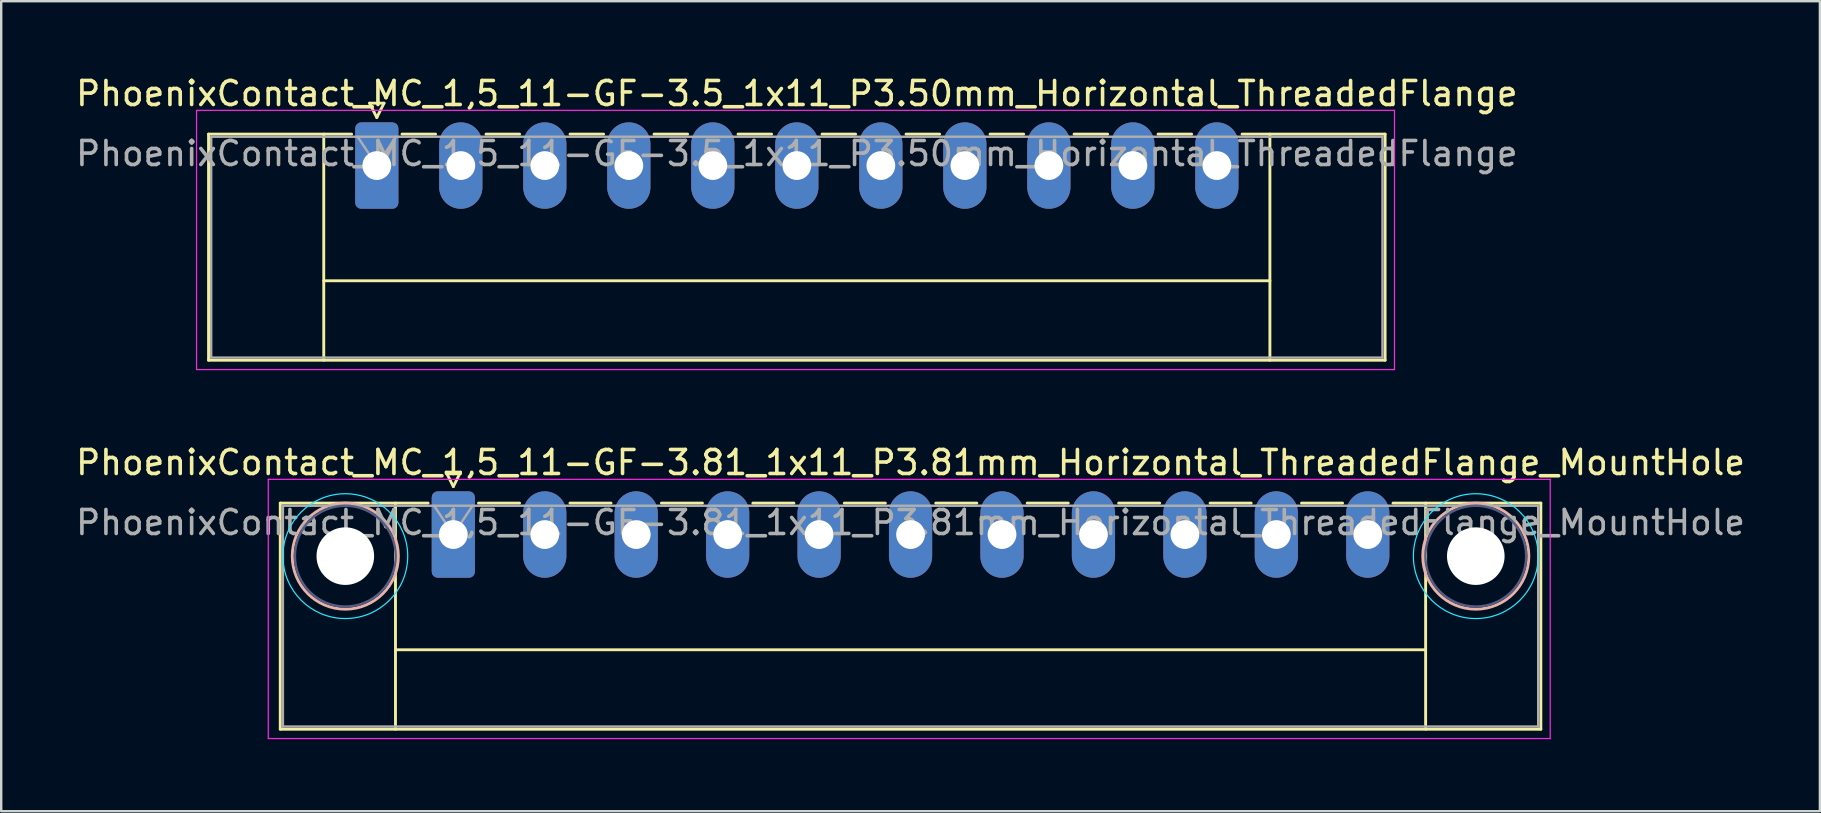
<source format=kicad_pcb>
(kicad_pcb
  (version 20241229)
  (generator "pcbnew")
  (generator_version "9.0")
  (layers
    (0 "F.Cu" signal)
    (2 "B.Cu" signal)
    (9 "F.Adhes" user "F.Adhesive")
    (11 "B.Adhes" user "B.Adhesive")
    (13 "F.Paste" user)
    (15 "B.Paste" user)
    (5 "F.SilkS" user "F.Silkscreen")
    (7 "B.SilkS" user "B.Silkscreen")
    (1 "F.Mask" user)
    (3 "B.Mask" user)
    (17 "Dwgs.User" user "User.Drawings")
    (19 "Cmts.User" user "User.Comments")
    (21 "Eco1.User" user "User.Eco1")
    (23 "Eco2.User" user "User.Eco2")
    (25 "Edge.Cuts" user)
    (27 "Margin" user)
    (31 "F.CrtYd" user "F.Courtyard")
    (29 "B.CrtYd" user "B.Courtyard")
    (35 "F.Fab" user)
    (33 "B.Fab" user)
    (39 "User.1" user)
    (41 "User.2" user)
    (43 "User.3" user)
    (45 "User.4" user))
  (footprint "PhoenixContact_MC_1,5_11-GF-3.5_1x11_P3.50mm_Horizontal_ThreadedFlange"
    (layer "F.Cu")
    (at 12.649 3.848)
    (property "Reference" "PhoenixContact_MC_1,5_11-GF-3.5_1x11_P3.50mm_Horizontal_ThreadedFlange" (at 17.5 -3 0) (layer "F.SilkS") (effects (font (size 1 1) (thickness 0.15))))
    (attr through_hole)
    (fp_line (start -7.01 -1.31) (end -7.01 8.11) (stroke (width 0.12) (type solid)) (layer "F.SilkS"))
    (fp_line (start -7.01 -1.31) (end -1.05 -1.31) (stroke (width 0.12) (type solid)) (layer "F.SilkS"))
    (fp_line (start -7.01 8.11) (end 42.01 8.11) (stroke (width 0.12) (type solid)) (layer "F.SilkS"))
    (fp_line (start -2.21 -1.31) (end -2.21 8.11) (stroke (width 0.12) (type solid)) (layer "F.SilkS"))
    (fp_line (start -2.21 4.8) (end 37.21 4.8) (stroke (width 0.12) (type solid)) (layer "F.SilkS"))
    (fp_line (start -0.3 -2.6) (end 0.3 -2.6) (stroke (width 0.12) (type solid)) (layer "F.SilkS"))
    (fp_line (start 0 -2) (end -0.3 -2.6) (stroke (width 0.12) (type solid)) (layer "F.SilkS"))
    (fp_line (start 0.3 -2.6) (end 0 -2) (stroke (width 0.12) (type solid)) (layer "F.SilkS"))
    (fp_line (start 1.05 -1.31) (end 2.45 -1.31) (stroke (width 0.12) (type solid)) (layer "F.SilkS"))
    (fp_line (start 4.55 -1.31) (end 5.95 -1.31) (stroke (width 0.12) (type solid)) (layer "F.SilkS"))
    (fp_line (start 8.05 -1.31) (end 9.45 -1.31) (stroke (width 0.12) (type solid)) (layer "F.SilkS"))
    (fp_line (start 11.55 -1.31) (end 12.95 -1.31) (stroke (width 0.12) (type solid)) (layer "F.SilkS"))
    (fp_line (start 15.05 -1.31) (end 16.45 -1.31) (stroke (width 0.12) (type solid)) (layer "F.SilkS"))
    (fp_line (start 18.55 -1.31) (end 19.95 -1.31) (stroke (width 0.12) (type solid)) (layer "F.SilkS"))
    (fp_line (start 22.05 -1.31) (end 23.45 -1.31) (stroke (width 0.12) (type solid)) (layer "F.SilkS"))
    (fp_line (start 25.55 -1.31) (end 26.95 -1.31) (stroke (width 0.12) (type solid)) (layer "F.SilkS"))
    (fp_line (start 29.05 -1.31) (end 30.45 -1.31) (stroke (width 0.12) (type solid)) (layer "F.SilkS"))
    (fp_line (start 32.55 -1.31) (end 33.95 -1.31) (stroke (width 0.12) (type solid)) (layer "F.SilkS"))
    (fp_line (start 37.21 -1.31) (end 37.21 8.11) (stroke (width 0.12) (type solid)) (layer "F.SilkS"))
    (fp_line (start 42.01 -1.31) (end 36.05 -1.31) (stroke (width 0.12) (type solid)) (layer "F.SilkS"))
    (fp_line (start 42.01 8.11) (end 42.01 -1.31) (stroke (width 0.12) (type solid)) (layer "F.SilkS"))
    (fp_line (start -7.51 -2.3) (end -7.51 8.5) (stroke (width 0.05) (type solid)) (layer "F.CrtYd"))
    (fp_line (start -7.51 8.5) (end 42.4 8.5) (stroke (width 0.05) (type solid)) (layer "F.CrtYd"))
    (fp_line (start 42.4 -2.3) (end -7.51 -2.3) (stroke (width 0.05) (type solid)) (layer "F.CrtYd"))
    (fp_line (start 42.4 8.5) (end 42.4 -2.3) (stroke (width 0.05) (type solid)) (layer "F.CrtYd"))
    (fp_line (start -6.9 -1.2) (end -6.9 8) (stroke (width 0.1) (type solid)) (layer "F.Fab"))
    (fp_line (start -6.9 8) (end 41.9 8) (stroke (width 0.1) (type solid)) (layer "F.Fab"))
    (fp_line (start 0 0) (end -0.8 -1.2) (stroke (width 0.1) (type solid)) (layer "F.Fab"))
    (fp_line (start 0.8 -1.2) (end 0 0) (stroke (width 0.1) (type solid)) (layer "F.Fab"))
    (fp_line (start 41.9 -1.2) (end -6.9 -1.2) (stroke (width 0.1) (type solid)) (layer "F.Fab"))
    (fp_line (start 41.9 8) (end 41.9 -1.2) (stroke (width 0.1) (type solid)) (layer "F.Fab"))
    (fp_text user "${REFERENCE}" (at 17.5 -0.5 0) (layer "F.Fab") (effects (font (size 1 1) (thickness 0.15))))
    (pad "1" thru_hole roundrect (at 0 0) (size 1.8 3.6) (drill 1.2) (layers "*.Cu" "*.Mask") (roundrect_rratio 0.139))
    (pad "2" thru_hole oval (at 3.5 0) (size 1.8 3.6) (drill 1.2) (layers "*.Cu" "*.Mask"))
    (pad "3" thru_hole oval (at 7 0) (size 1.8 3.6) (drill 1.2) (layers "*.Cu" "*.Mask"))
    (pad "4" thru_hole oval (at 10.5 0) (size 1.8 3.6) (drill 1.2) (layers "*.Cu" "*.Mask"))
    (pad "5" thru_hole oval (at 14 0) (size 1.8 3.6) (drill 1.2) (layers "*.Cu" "*.Mask"))
    (pad "6" thru_hole oval (at 17.5 0) (size 1.8 3.6) (drill 1.2) (layers "*.Cu" "*.Mask"))
    (pad "7" thru_hole oval (at 21 0) (size 1.8 3.6) (drill 1.2) (layers "*.Cu" "*.Mask"))
    (pad "8" thru_hole oval (at 24.5 0) (size 1.8 3.6) (drill 1.2) (layers "*.Cu" "*.Mask"))
    (pad "9" thru_hole oval (at 28 0) (size 1.8 3.6) (drill 1.2) (layers "*.Cu" "*.Mask"))
    (pad "10" thru_hole oval (at 31.5 0) (size 1.8 3.6) (drill 1.2) (layers "*.Cu" "*.Mask"))
    (pad "11" thru_hole oval (at 35 0) (size 1.8 3.6) (drill 1.2) (layers "*.Cu" "*.Mask")))
  (footprint "PhoenixContact_MC_1,5_11-GF-3.81_1x11_P3.81mm_Horizontal_ThreadedFlange_MountHole"
    (layer "F.Cu")
    (at 15.837 19.221)
    (property "Reference" "PhoenixContact_MC_1,5_11-GF-3.81_1x11_P3.81mm_Horizontal_ThreadedFlange_MountHole" (at 19.05 -3 0) (layer "F.SilkS") (effects (font (size 1 1) (thickness 0.15))))
    (attr through_hole)
    (fp_line (start -7.21 -1.31) (end -7.21 8.11) (stroke (width 0.12) (type solid)) (layer "F.SilkS"))
    (fp_line (start -7.21 -1.31) (end -1.05 -1.31) (stroke (width 0.12) (type solid)) (layer "F.SilkS"))
    (fp_line (start -7.21 8.11) (end 45.31 8.11) (stroke (width 0.12) (type solid)) (layer "F.SilkS"))
    (fp_line (start -2.41 -1.31) (end -2.41 8.11) (stroke (width 0.12) (type solid)) (layer "F.SilkS"))
    (fp_line (start -2.41 4.8) (end 40.51 4.8) (stroke (width 0.12) (type solid)) (layer "F.SilkS"))
    (fp_line (start -0.3 -2.6) (end 0.3 -2.6) (stroke (width 0.12) (type solid)) (layer "F.SilkS"))
    (fp_line (start 0 -2) (end -0.3 -2.6) (stroke (width 0.12) (type solid)) (layer "F.SilkS"))
    (fp_line (start 0.3 -2.6) (end 0 -2) (stroke (width 0.12) (type solid)) (layer "F.SilkS"))
    (fp_line (start 1.05 -1.31) (end 2.76 -1.31) (stroke (width 0.12) (type solid)) (layer "F.SilkS"))
    (fp_line (start 4.86 -1.31) (end 6.57 -1.31) (stroke (width 0.12) (type solid)) (layer "F.SilkS"))
    (fp_line (start 8.67 -1.31) (end 10.38 -1.31) (stroke (width 0.12) (type solid)) (layer "F.SilkS"))
    (fp_line (start 12.48 -1.31) (end 14.19 -1.31) (stroke (width 0.12) (type solid)) (layer "F.SilkS"))
    (fp_line (start 16.29 -1.31) (end 18 -1.31) (stroke (width 0.12) (type solid)) (layer "F.SilkS"))
    (fp_line (start 20.1 -1.31) (end 21.81 -1.31) (stroke (width 0.12) (type solid)) (layer "F.SilkS"))
    (fp_line (start 23.91 -1.31) (end 25.62 -1.31) (stroke (width 0.12) (type solid)) (layer "F.SilkS"))
    (fp_line (start 27.72 -1.31) (end 29.43 -1.31) (stroke (width 0.12) (type solid)) (layer "F.SilkS"))
    (fp_line (start 31.53 -1.31) (end 33.24 -1.31) (stroke (width 0.12) (type solid)) (layer "F.SilkS"))
    (fp_line (start 35.34 -1.31) (end 37.05 -1.31) (stroke (width 0.12) (type solid)) (layer "F.SilkS"))
    (fp_line (start 40.51 -1.31) (end 40.51 8.11) (stroke (width 0.12) (type solid)) (layer "F.SilkS"))
    (fp_line (start 45.31 -1.31) (end 39.15 -1.31) (stroke (width 0.12) (type solid)) (layer "F.SilkS"))
    (fp_line (start 45.31 8.11) (end 45.31 -1.31) (stroke (width 0.12) (type solid)) (layer "F.SilkS"))
    (fp_circle (center -4.5 0.9) (end -2.29 0.9) (stroke (width 0.12) (type solid)) (fill no) (layer "B.SilkS"))
    (fp_circle (center 42.6 0.9) (end 44.81 0.9) (stroke (width 0.12) (type solid)) (fill no) (layer "B.SilkS"))
    (fp_circle (center -4.5 0.9) (end -1.9 0.9) (stroke (width 0.05) (type solid)) (fill no) (layer "B.CrtYd"))
    (fp_circle (center 42.6 0.9) (end 45.2 0.9) (stroke (width 0.05) (type solid)) (fill no) (layer "B.CrtYd"))
    (fp_line (start -7.71 -2.3) (end -7.71 8.5) (stroke (width 0.05) (type solid)) (layer "F.CrtYd"))
    (fp_line (start -7.71 8.5) (end 45.7 8.5) (stroke (width 0.05) (type solid)) (layer "F.CrtYd"))
    (fp_line (start 45.7 -2.3) (end -7.71 -2.3) (stroke (width 0.05) (type solid)) (layer "F.CrtYd"))
    (fp_line (start 45.7 8.5) (end 45.7 -2.3) (stroke (width 0.05) (type solid)) (layer "F.CrtYd"))
    (fp_circle (center -4.5 0.9) (end -2.4 0.9) (stroke (width 0.1) (type solid)) (fill no) (layer "B.Fab"))
    (fp_circle (center 42.6 0.9) (end 44.7 0.9) (stroke (width 0.1) (type solid)) (fill no) (layer "B.Fab"))
    (fp_line (start -7.1 -1.2) (end -7.1 8) (stroke (width 0.1) (type solid)) (layer "F.Fab"))
    (fp_line (start -7.1 8) (end 45.2 8) (stroke (width 0.1) (type solid)) (layer "F.Fab"))
    (fp_line (start 0 0) (end -0.8 -1.2) (stroke (width 0.1) (type solid)) (layer "F.Fab"))
    (fp_line (start 0.8 -1.2) (end 0 0) (stroke (width 0.1) (type solid)) (layer "F.Fab"))
    (fp_line (start 45.2 -1.2) (end -7.1 -1.2) (stroke (width 0.1) (type solid)) (layer "F.Fab"))
    (fp_line (start 45.2 8) (end 45.2 -1.2) (stroke (width 0.1) (type solid)) (layer "F.Fab"))
    (fp_text user "${REFERENCE}" (at 19.05 -0.5 0) (layer "F.Fab") (effects (font (size 1 1) (thickness 0.15))))
    (pad "" np_thru_hole circle (at -4.5 0.9) (size 2.4 2.4) (drill 2.4) (layers "*.Cu" "*.Mask"))
    (pad "" np_thru_hole circle (at 42.6 0.9) (size 2.4 2.4) (drill 2.4) (layers "*.Cu" "*.Mask"))
    (pad "1" thru_hole roundrect (at 0 0) (size 1.8 3.6) (drill 1.2) (layers "*.Cu" "*.Mask") (roundrect_rratio 0.139))
    (pad "2" thru_hole oval (at 3.81 0) (size 1.8 3.6) (drill 1.2) (layers "*.Cu" "*.Mask"))
    (pad "3" thru_hole oval (at 7.62 0) (size 1.8 3.6) (drill 1.2) (layers "*.Cu" "*.Mask"))
    (pad "4" thru_hole oval (at 11.43 0) (size 1.8 3.6) (drill 1.2) (layers "*.Cu" "*.Mask"))
    (pad "5" thru_hole oval (at 15.24 0) (size 1.8 3.6) (drill 1.2) (layers "*.Cu" "*.Mask"))
    (pad "6" thru_hole oval (at 19.05 0) (size 1.8 3.6) (drill 1.2) (layers "*.Cu" "*.Mask"))
    (pad "7" thru_hole oval (at 22.86 0) (size 1.8 3.6) (drill 1.2) (layers "*.Cu" "*.Mask"))
    (pad "8" thru_hole oval (at 26.67 0) (size 1.8 3.6) (drill 1.2) (layers "*.Cu" "*.Mask"))
    (pad "9" thru_hole oval (at 30.48 0) (size 1.8 3.6) (drill 1.2) (layers "*.Cu" "*.Mask"))
    (pad "10" thru_hole oval (at 34.29 0) (size 1.8 3.6) (drill 1.2) (layers "*.Cu" "*.Mask"))
    (pad "11" thru_hole oval (at 38.1 0) (size 1.8 3.6) (drill 1.2) (layers "*.Cu" "*.Mask")))
  (gr_rect
    (start -3 -3)
    (end 72.774 30.747)
    (stroke (width 0.1) (type default))
    (fill no)
    (layer "Edge.Cuts")))
</source>
